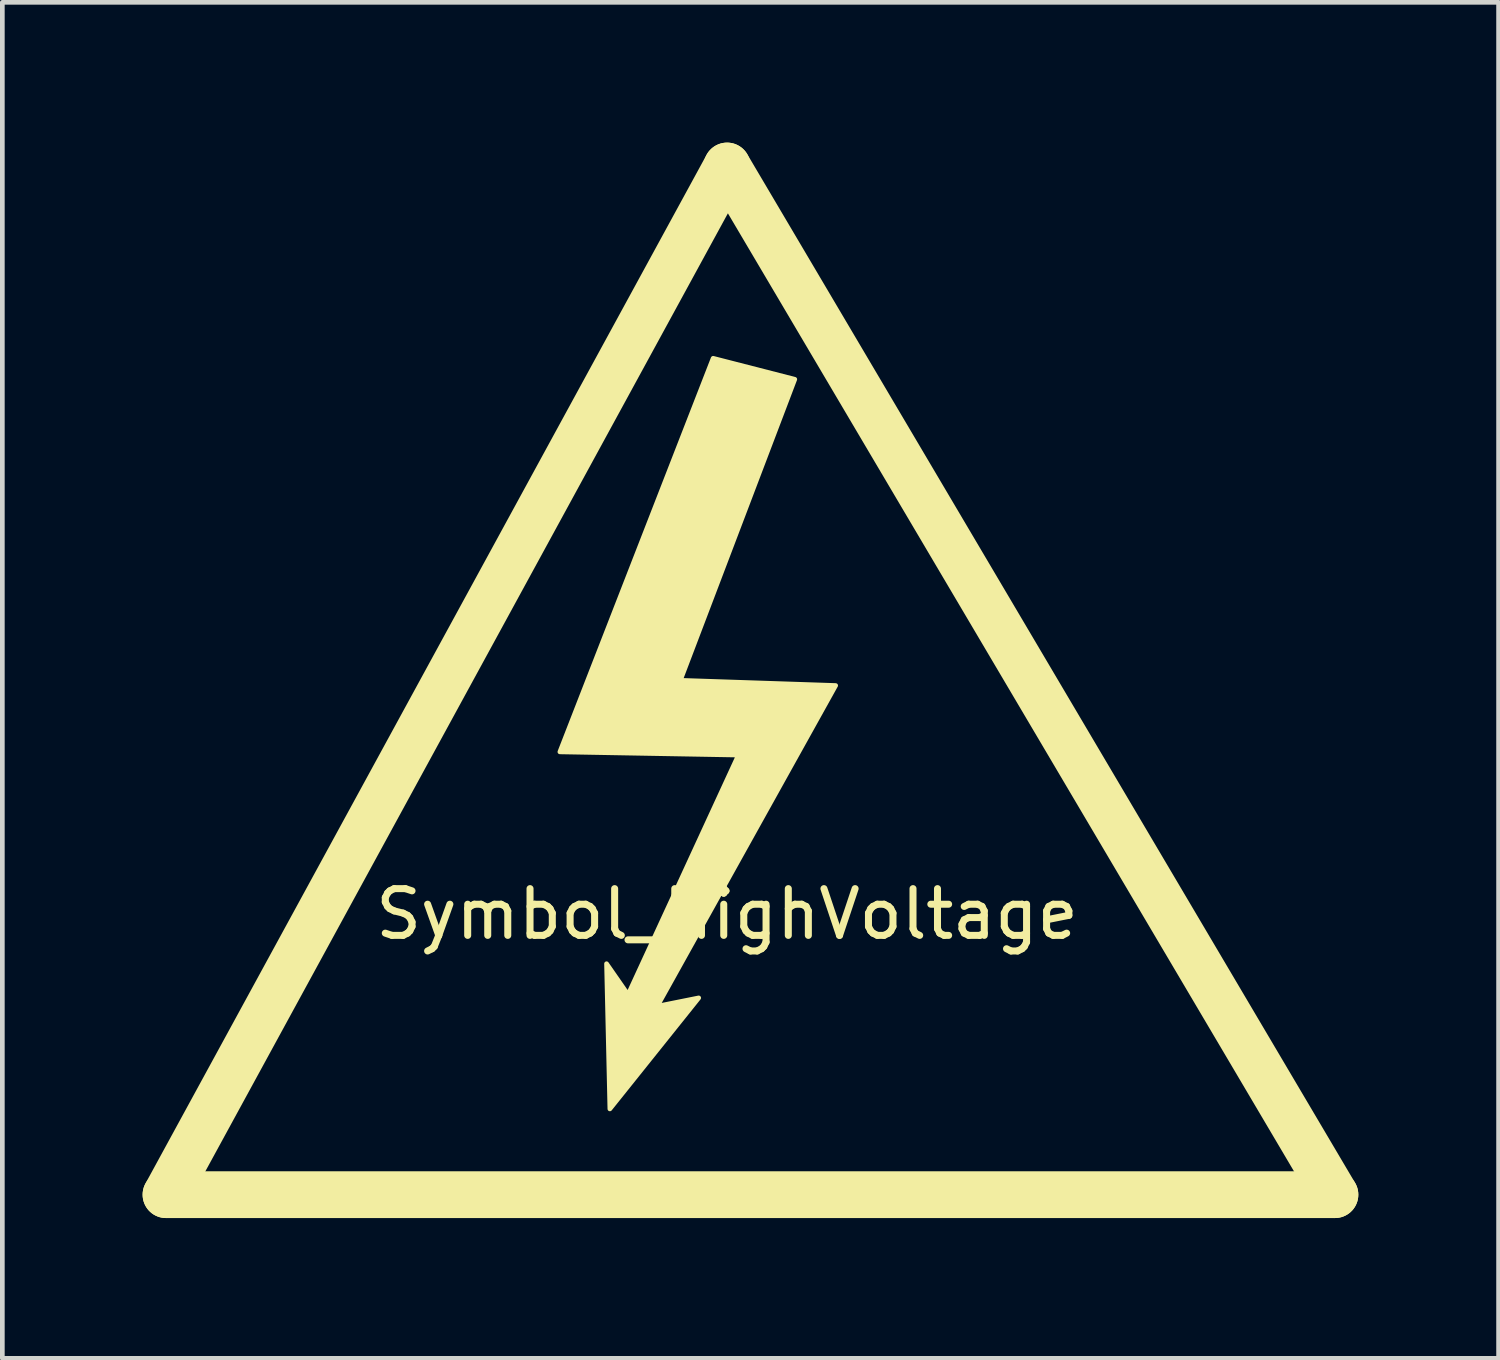
<source format=kicad_pcb>
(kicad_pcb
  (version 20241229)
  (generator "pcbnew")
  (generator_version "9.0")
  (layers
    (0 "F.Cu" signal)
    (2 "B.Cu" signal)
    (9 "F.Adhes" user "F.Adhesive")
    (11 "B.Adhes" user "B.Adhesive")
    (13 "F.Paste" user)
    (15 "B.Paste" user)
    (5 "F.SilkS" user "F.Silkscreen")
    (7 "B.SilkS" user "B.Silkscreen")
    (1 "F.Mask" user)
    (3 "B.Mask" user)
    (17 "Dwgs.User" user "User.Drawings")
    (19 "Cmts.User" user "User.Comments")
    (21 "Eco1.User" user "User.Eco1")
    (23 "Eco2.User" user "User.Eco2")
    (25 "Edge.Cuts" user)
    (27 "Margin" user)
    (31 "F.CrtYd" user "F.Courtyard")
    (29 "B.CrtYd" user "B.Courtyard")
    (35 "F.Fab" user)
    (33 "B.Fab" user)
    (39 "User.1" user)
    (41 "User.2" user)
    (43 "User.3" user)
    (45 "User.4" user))
  (footprint "Symbol_HighVoltage"
    (layer "F.Cu")
    (at 12.5 12.5)
    (property "Reference" "Symbol_HighVoltage" (at 0 4 0) (layer "F.SilkS") (effects (font (size 1 1) (thickness 0.15))))
    (attr exclude_from_pos_files exclude_from_bom)
    (fp_line (start -12 10) (end 13 10) (stroke (width 1) (type solid)) (layer "F.SilkS"))
    (fp_line (start 0 -12) (end -12 10) (stroke (width 1) (type solid)) (layer "F.SilkS"))
    (fp_line (start 13 10) (end 0 -12) (stroke (width 1) (type solid)) (layer "F.SilkS"))
    (fp_poly (pts (xy 1.448 -7.438) (xy -1 -1) (xy 2.322 -0.889) (xy -1.494 5.97) (xy -0.607 5.792) (xy -2.507 8.166) (xy -2.578 5.061) (xy -2.118 5.723) (xy 0.244 0.598) (xy -3.576 0.53) (xy -0.298 -7.887)) (stroke (width 0.1) (type solid)) (fill yes) (layer "F.SilkS")))
  (gr_rect
    (start -3 -3)
    (end 29 26)
    (stroke (width 0.1) (type default))
    (fill no)
    (layer "Edge.Cuts")))
</source>
